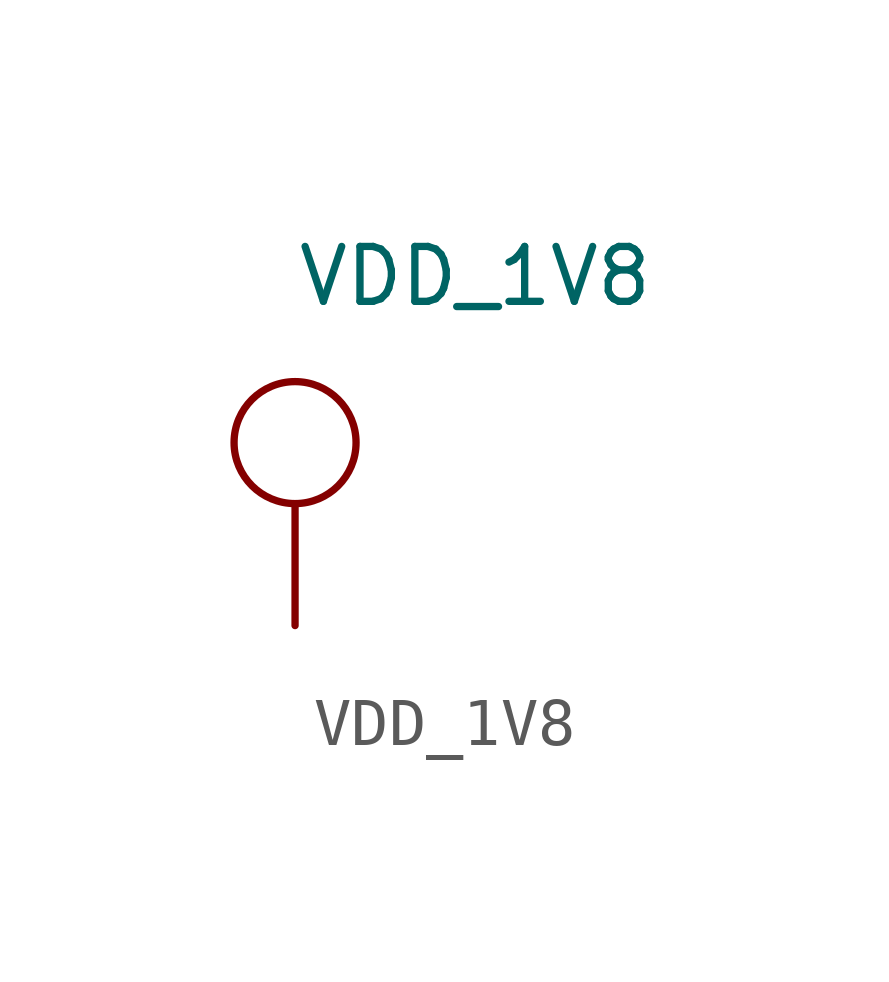
<source format=kicad_sym>
(kicad_symbol_lib
  (version 20211014)
  (generator kicad_symbol_editor)
  (symbol "VDD_1V8"
    (power)
    (pin_numbers hide)
    (pin_names
      (offset 1.016) hide)
    (property "Reference" "#SUPPLY"
      (at 0 0 0)
      (effects (font (size 1.143 1.143)) (justify left bottom) hide))
    (property "Value" "VDD_1V8"
      (at 0 4.064 0)
      (effects (font (size 1.143 1.143)) (justify left bottom)))
    (property "ki_locked" ""
      (at 0 0 0)
      (effects (font (size 1.27 1.27))))
    (symbol "VDD_1V8_1_0"
      (polyline (pts (xy 0 -2.54) (xy 0 0)) (stroke (width 0) (type default) (color 0 0 0 0)) (fill (type none))))
    (symbol "VDD_1V8_1_1"
      (circle (center 0 1.27) (radius 1.27) (stroke (width 0) (type default) (color 0 0 0 0)) (fill (type none)))
      (pin power_in line (at 0 -2.54 90) (length 2.54) hide (name "VDD_1V8" (effects (font (size 1.016 1.016)))) (number "~" (effects (font (size 1.016 1.016))))))))
</source>
